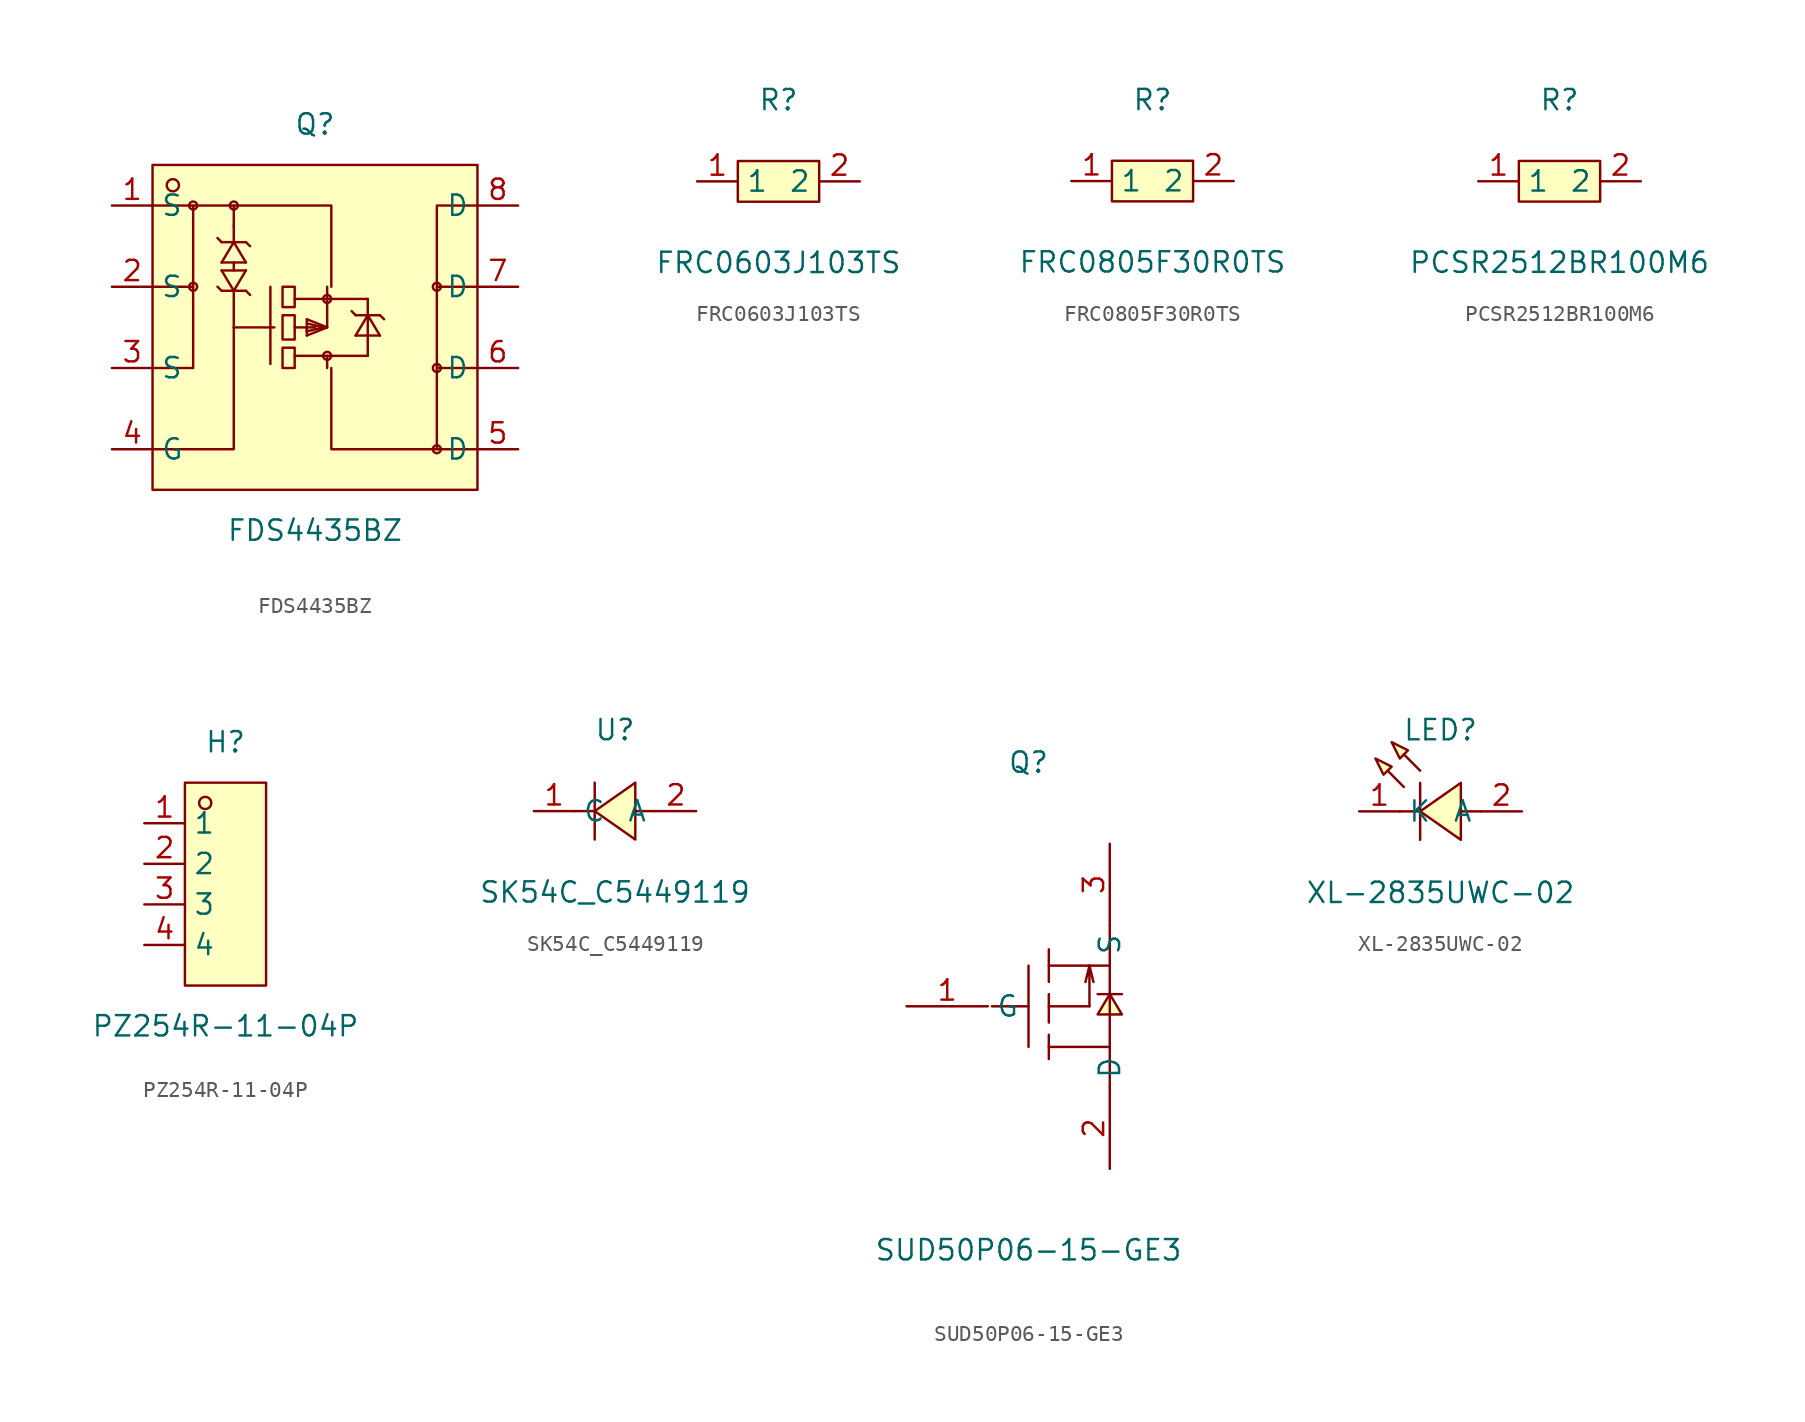
<source format=kicad_sym>
(kicad_symbol_lib
  (version 20241209)
  (generator "kicad_symbol_editor")
  (generator_version "9.0")
  (symbol "FDS4435BZ"
    (property "Reference" "Q"
      (at 0 12.7 0)
      (effects (font (size 1.27 1.27))))
    (property "Value" "FDS4435BZ"
      (at 0 -12.7 0)
      (effects (font (size 1.27 1.27))))
    (symbol "FDS4435BZ_0_1"
      (rectangle (start -10.16 10.16) (end 10.16 -10.16) (stroke (width 0) (type default)) (fill (type background)))
      (polyline (pts (xy -10.16 7.62) (xy -7.62 7.62) (xy -7.62 -2.54) (xy -10.16 -2.54)) (stroke (width 0) (type default)) (fill (type none)))
      (polyline (pts (xy -10.16 2.54) (xy -7.62 2.54)) (stroke (width 0) (type default)) (fill (type none)))
      (circle (center -8.89 8.89) (radius 0.38) (stroke (width 0) (type default)) (fill (type none)))
      (circle (center -7.62 7.62) (radius 0.25) (stroke (width 0) (type default)) (fill (type none)))
      (polyline (pts (xy -7.62 7.62) (xy 1.02 7.62) (xy 1.02 2.54)) (stroke (width 0) (type default)) (fill (type none)))
      (circle (center -7.62 2.54) (radius 0.25) (stroke (width 0) (type default)) (fill (type none)))
      (polyline (pts (xy -5.84 5.33) (xy -6.1 5.59)) (stroke (width 0) (type default)) (fill (type none)))
      (polyline (pts (xy -5.84 4.06) (xy -5.08 5.33)) (stroke (width 0) (type default)) (fill (type none)))
      (polyline (pts (xy -5.84 3.56) (xy -4.32 3.56)) (stroke (width 0) (type default)) (fill (type none)))
      (polyline (pts (xy -5.84 2.29) (xy -6.1 2.54)) (stroke (width 0) (type default)) (fill (type none)))
      (polyline (pts (xy -5.84 2.29) (xy -5.08 2.29)) (stroke (width 0) (type default)) (fill (type none)))
      (circle (center -5.08 7.62) (radius 0.25) (stroke (width 0) (type default)) (fill (type none)))
      (polyline (pts (xy -5.08 6.35) (xy -5.08 7.62)) (stroke (width 0) (type default)) (fill (type none)))
      (polyline (pts (xy -5.08 6.35) (xy -5.08 5.33)) (stroke (width 0) (type default)) (fill (type none)))
      (polyline (pts (xy -5.08 5.33) (xy -5.84 5.33)) (stroke (width 0) (type default)) (fill (type none)))
      (polyline (pts (xy -5.08 5.33) (xy -4.32 4.06)) (stroke (width 0) (type default)) (fill (type none)))
      (polyline (pts (xy -5.08 4.06) (xy -5.08 3.56)) (stroke (width 0) (type default)) (fill (type none)))
      (polyline (pts (xy -5.08 2.29) (xy -5.84 3.56)) (stroke (width 0) (type default)) (fill (type none)))
      (polyline (pts (xy -5.08 2.29) (xy -5.08 0)) (stroke (width 0) (type default)) (fill (type none)))
      (polyline (pts (xy -5.08 2.29) (xy -4.32 2.29)) (stroke (width 0) (type default)) (fill (type none)))
      (polyline (pts (xy -5.08 0) (xy -5.08 -7.62) (xy -10.16 -7.62)) (stroke (width 0) (type default)) (fill (type none)))
      (polyline (pts (xy -4.32 5.33) (xy -5.08 5.33)) (stroke (width 0) (type default)) (fill (type none)))
      (polyline (pts (xy -4.32 5.33) (xy -4.06 5.08)) (stroke (width 0) (type default)) (fill (type none)))
      (polyline (pts (xy -4.32 4.06) (xy -5.84 4.06)) (stroke (width 0) (type default)) (fill (type none)))
      (polyline (pts (xy -4.32 3.56) (xy -5.08 2.29)) (stroke (width 0) (type default)) (fill (type none)))
      (polyline (pts (xy -4.32 2.29) (xy -4.06 2.03)) (stroke (width 0) (type default)) (fill (type none)))
      (polyline (pts (xy -2.79 -2.29) (xy -2.79 2.54)) (stroke (width 0) (type default)) (fill (type none)))
      (polyline (pts (xy -2.54 0) (xy -5.08 0)) (stroke (width 0) (type default)) (fill (type none)))
      (rectangle (start -2.03 2.54) (end -1.27 1.27) (stroke (width 0) (type default)) (fill (type background)))
      (rectangle (start -2.03 0.76) (end -1.27 -0.76) (stroke (width 0) (type default)) (fill (type background)))
      (rectangle (start -2.03 -1.27) (end -1.27 -2.54) (stroke (width 0) (type default)) (fill (type background)))
      (polyline (pts (xy -1.27 1.78) (xy 0.76 1.78)) (stroke (width 0) (type default)) (fill (type none)))
      (polyline (pts (xy -0.51 0.51) (xy 0.76 0)) (stroke (width 0) (type default)) (fill (type none)))
      (polyline (pts (xy -0.51 0.25) (xy 0.51 0)) (stroke (width 0) (type default)) (fill (type none)))
      (polyline (pts (xy -0.51 0) (xy -1.27 0)) (stroke (width 0) (type default)) (fill (type none)))
      (polyline (pts (xy -0.51 0) (xy 0 0)) (stroke (width 0) (type default)) (fill (type none)))
      (polyline (pts (xy -0.51 -0.25) (xy -0.51 0)) (stroke (width 0) (type default)) (fill (type none)))
      (polyline (pts (xy -0.51 -0.51) (xy -0.51 0.51)) (stroke (width 0) (type default)) (fill (type none)))
      (polyline (pts (xy 0.51 0) (xy -0.51 -0.25)) (stroke (width 0) (type default)) (fill (type none)))
      (polyline (pts (xy 0.76 1.78) (xy 0.76 2.54)) (stroke (width 0) (type default)) (fill (type none)))
      (circle (center 0.76 1.78) (radius 0.25) (stroke (width 0) (type default)) (fill (type none)))
      (polyline (pts (xy 0.76 0) (xy -0.51 -0.51)) (stroke (width 0) (type default)) (fill (type none)))
      (polyline (pts (xy 0.76 0) (xy 0.76 1.78)) (stroke (width 0) (type default)) (fill (type none)))
      (polyline (pts (xy 0.76 -1.78) (xy -1.27 -1.78)) (stroke (width 0) (type default)) (fill (type none)))
      (polyline (pts (xy 0.76 -1.78) (xy 3.3 -1.78)) (stroke (width 0) (type default)) (fill (type none)))
      (circle (center 0.76 -1.78) (radius 0.25) (stroke (width 0) (type default)) (fill (type none)))
      (polyline (pts (xy 0.76 -2.54) (xy 0.76 -1.78)) (stroke (width 0) (type default)) (fill (type none)))
      (polyline (pts (xy 1.02 -2.54) (xy 1.02 -7.62) (xy 7.62 -7.62) (xy 7.62 7.62) (xy 10.16 7.62)) (stroke (width 0) (type default)) (fill (type none)))
      (polyline (pts (xy 2.54 0.76) (xy 2.29 1.02)) (stroke (width 0) (type default)) (fill (type none)))
      (polyline (pts (xy 2.54 -0.51) (xy 3.3 0.76)) (stroke (width 0) (type default)) (fill (type none)))
      (polyline (pts (xy 3.3 1.78) (xy 0.76 1.78)) (stroke (width 0) (type default)) (fill (type none)))
      (polyline (pts (xy 3.3 1.78) (xy 3.3 0.76)) (stroke (width 0) (type default)) (fill (type none)))
      (polyline (pts (xy 3.3 0.76) (xy 2.54 0.76)) (stroke (width 0) (type default)) (fill (type none)))
      (polyline (pts (xy 3.3 0.76) (xy 3.3 -1.78)) (stroke (width 0) (type default)) (fill (type none)))
      (polyline (pts (xy 3.3 0.76) (xy 4.06 -0.51)) (stroke (width 0) (type default)) (fill (type none)))
      (polyline (pts (xy 4.06 0.76) (xy 3.3 0.76)) (stroke (width 0) (type default)) (fill (type none)))
      (polyline (pts (xy 4.06 0.76) (xy 4.32 0.51)) (stroke (width 0) (type default)) (fill (type none)))
      (polyline (pts (xy 4.06 -0.51) (xy 2.54 -0.51)) (stroke (width 0) (type default)) (fill (type none)))
      (circle (center 7.62 2.54) (radius 0.25) (stroke (width 0) (type default)) (fill (type none)))
      (circle (center 7.62 -2.54) (radius 0.25) (stroke (width 0) (type default)) (fill (type none)))
      (circle (center 7.62 -7.62) (radius 0.25) (stroke (width 0) (type default)) (fill (type none)))
      (polyline (pts (xy 10.16 2.54) (xy 7.62 2.54)) (stroke (width 0) (type default)) (fill (type none)))
      (polyline (pts (xy 10.16 -2.54) (xy 7.62 -2.54)) (stroke (width 0) (type default)) (fill (type none)))
      (polyline (pts (xy 10.16 -7.62) (xy 7.62 -7.62)) (stroke (width 0) (type default)) (fill (type none)))
      (pin unspecified line (at -12.7 7.62 0) (length 2.54) (name "S" (effects (font (size 1.27 1.27)))) (number "1" (effects (font (size 1.27 1.27)))))
      (pin unspecified line (at -12.7 2.54 0) (length 2.54) (name "S" (effects (font (size 1.27 1.27)))) (number "2" (effects (font (size 1.27 1.27)))))
      (pin unspecified line (at -12.7 -2.54 0) (length 2.54) (name "S" (effects (font (size 1.27 1.27)))) (number "3" (effects (font (size 1.27 1.27)))))
      (pin unspecified line (at -12.7 -7.62 0) (length 2.54) (name "G" (effects (font (size 1.27 1.27)))) (number "4" (effects (font (size 1.27 1.27)))))
      (pin unspecified line (at 12.7 7.62 180) (length 2.54) (name "D" (effects (font (size 1.27 1.27)))) (number "8" (effects (font (size 1.27 1.27)))))
      (pin unspecified line (at 12.7 2.54 180) (length 2.54) (name "D" (effects (font (size 1.27 1.27)))) (number "7" (effects (font (size 1.27 1.27)))))
      (pin unspecified line (at 12.7 -2.54 180) (length 2.54) (name "D" (effects (font (size 1.27 1.27)))) (number "6" (effects (font (size 1.27 1.27)))))
      (pin unspecified line (at 12.7 -7.62 180) (length 2.54) (name "D" (effects (font (size 1.27 1.27)))) (number "5" (effects (font (size 1.27 1.27)))))))
  (symbol "FRC0603J103TS"
    (property "Reference" "R"
      (at 0 5.08 0)
      (effects (font (size 1.27 1.27))))
    (property "Value" "FRC0603J103TS"
      (at 0 -5.08 0)
      (effects (font (size 1.27 1.27))))
    (symbol "FRC0603J103TS_0_1"
      (rectangle (start -2.54 1.27) (end 2.54 -1.27) (stroke (width 0) (type default)) (fill (type background)))
      (pin unspecified line (at -5.08 0 0) (length 2.54) (name "1" (effects (font (size 1.27 1.27)))) (number "1" (effects (font (size 1.27 1.27)))))
      (pin unspecified line (at 5.08 0 180) (length 2.54) (name "2" (effects (font (size 1.27 1.27)))) (number "2" (effects (font (size 1.27 1.27)))))))
  (symbol "FRC0805F30R0TS"
    (property "Reference" "R"
      (at 0 5.08 0)
      (effects (font (size 1.27 1.27))))
    (property "Value" "FRC0805F30R0TS"
      (at 0 -5.08 0)
      (effects (font (size 1.27 1.27))))
    (symbol "FRC0805F30R0TS_0_1"
      (rectangle (start -2.54 1.27) (end 2.54 -1.27) (stroke (width 0) (type default)) (fill (type background)))
      (pin unspecified line (at -5.08 0 0) (length 2.54) (name "1" (effects (font (size 1.27 1.27)))) (number "1" (effects (font (size 1.27 1.27)))))
      (pin unspecified line (at 5.08 0 180) (length 2.54) (name "2" (effects (font (size 1.27 1.27)))) (number "2" (effects (font (size 1.27 1.27)))))))
  (symbol "PCSR2512BR100M6"
    (property "Reference" "R"
      (at 0 5.08 0)
      (effects (font (size 1.27 1.27))))
    (property "Value" "PCSR2512BR100M6"
      (at 0 -5.08 0)
      (effects (font (size 1.27 1.27))))
    (symbol "PCSR2512BR100M6_0_1"
      (rectangle (start -2.54 1.27) (end 2.54 -1.27) (stroke (width 0) (type default)) (fill (type background)))
      (pin unspecified line (at -5.08 0 0) (length 2.54) (name "1" (effects (font (size 1.27 1.27)))) (number "1" (effects (font (size 1.27 1.27)))))
      (pin unspecified line (at 5.08 0 180) (length 2.54) (name "2" (effects (font (size 1.27 1.27)))) (number "2" (effects (font (size 1.27 1.27)))))))
  (symbol "PZ254R-11-04P"
    (property "Reference" "H"
      (at 0 8.89 0)
      (effects (font (size 1.27 1.27))))
    (property "Value" "PZ254R-11-04P"
      (at 0 -8.89 0)
      (effects (font (size 1.27 1.27))))
    (symbol "PZ254R-11-04P_0_1"
      (rectangle (start -2.54 6.35) (end 2.54 -6.35) (stroke (width 0) (type default)) (fill (type background)))
      (circle (center -1.27 5.08) (radius 0.38) (stroke (width 0) (type default)) (fill (type none)))
      (pin unspecified line (at -5.08 3.81 0) (length 2.54) (name "1" (effects (font (size 1.27 1.27)))) (number "1" (effects (font (size 1.27 1.27)))))
      (pin unspecified line (at -5.08 1.27 0) (length 2.54) (name "2" (effects (font (size 1.27 1.27)))) (number "2" (effects (font (size 1.27 1.27)))))
      (pin unspecified line (at -5.08 -1.27 0) (length 2.54) (name "3" (effects (font (size 1.27 1.27)))) (number "3" (effects (font (size 1.27 1.27)))))
      (pin unspecified line (at -5.08 -3.81 0) (length 2.54) (name "4" (effects (font (size 1.27 1.27)))) (number "4" (effects (font (size 1.27 1.27)))))))
  (symbol "SK54C_C5449119"
    (property "Reference" "U"
      (at 0 5.08 0)
      (effects (font (size 1.27 1.27))))
    (property "Value" "SK54C_C5449119"
      (at 0 -5.08 0)
      (effects (font (size 1.27 1.27))))
    (symbol "SK54C_C5449119_0_1"
      (polyline (pts (xy -1.27 1.78) (xy -1.27 -1.78)) (stroke (width 0) (type default)) (fill (type none)))
      (polyline (pts (xy -1.27 0) (xy -2.54 0)) (stroke (width 0) (type default)) (fill (type none)))
      (polyline (pts (xy 1.27 1.78) (xy -1.27 0) (xy 1.27 -1.78) (xy 1.27 1.78)) (stroke (width 0) (type default)) (fill (type background)))
      (polyline (pts (xy 2.54 0) (xy 1.27 0)) (stroke (width 0) (type default)) (fill (type none)))
      (pin unspecified line (at -5.08 0 0) (length 2.54) (name "C" (effects (font (size 1.27 1.27)))) (number "1" (effects (font (size 1.27 1.27)))))
      (pin unspecified line (at 5.08 0 180) (length 2.54) (name "A" (effects (font (size 1.27 1.27)))) (number "2" (effects (font (size 1.27 1.27)))))))
  (symbol "SUD50P06-15-GE3"
    (property "Reference" "Q"
      (at 0 15.24 0)
      (effects (font (size 1.27 1.27))))
    (property "Value" "SUD50P06-15-GE3"
      (at 0 -15.24 0)
      (effects (font (size 1.27 1.27))))
    (symbol "SUD50P06-15-GE3_0_1"
      (polyline (pts (xy 0 2.54) (xy 0 -2.54)) (stroke (width 0) (type default)) (fill (type none)))
      (polyline (pts (xy 0 0) (xy -2.29 0)) (stroke (width 0) (type default)) (fill (type none)))
      (polyline (pts (xy 1.27 3.56) (xy 1.27 1.52)) (stroke (width 0) (type default)) (fill (type none)))
      (polyline (pts (xy 1.27 2.54) (xy 5.08 2.54)) (stroke (width 0) (type default)) (fill (type none)))
      (polyline (pts (xy 1.27 0.76) (xy 1.27 -1.02)) (stroke (width 0) (type default)) (fill (type none)))
      (polyline (pts (xy 1.27 -1.78) (xy 1.27 -3.3)) (stroke (width 0) (type default)) (fill (type none)))
      (polyline (pts (xy 1.27 -2.54) (xy 5.08 -2.54)) (stroke (width 0) (type default)) (fill (type none)))
      (polyline (pts (xy 3.81 2.54) (xy 4.06 1.52)) (stroke (width 0) (type default)) (fill (type none)))
      (polyline (pts (xy 3.81 0) (xy 1.27 0)) (stroke (width 0) (type default)) (fill (type none)))
      (polyline (pts (xy 3.81 0) (xy 3.81 2.54) (xy 3.56 1.52)) (stroke (width 0) (type default)) (fill (type none)))
      (polyline (pts (xy 5.08 5.08) (xy 5.08 -5.08)) (stroke (width 0) (type default)) (fill (type none)))
      (polyline (pts (xy 5.84 0.76) (xy 4.32 0.76)) (stroke (width 0) (type default)) (fill (type none)))
      (polyline (pts (xy 5.84 -0.51) (xy 4.32 -0.51) (xy 5.08 0.76) (xy 5.84 -0.51)) (stroke (width 0) (type default)) (fill (type background)))
      (pin unspecified line (at -7.62 0 0) (length 5.08) (name "G" (effects (font (size 1.27 1.27)))) (number "1" (effects (font (size 1.27 1.27)))))
      (pin unspecified line (at 5.08 10.16 270) (length 5.08) (name "S" (effects (font (size 1.27 1.27)))) (number "3" (effects (font (size 1.27 1.27)))))
      (pin unspecified line (at 5.08 -10.16 90) (length 5.08) (name "D" (effects (font (size 1.27 1.27)))) (number "2" (effects (font (size 1.27 1.27)))))))
  (symbol "XL-2835UWC-02"
    (property "Reference" "LED"
      (at 0 5.08 0)
      (effects (font (size 1.27 1.27))))
    (property "Value" "XL-2835UWC-02"
      (at 0 -5.08 0)
      (effects (font (size 1.27 1.27))))
    (symbol "XL-2835UWC-02_0_1"
      (polyline (pts (xy -4.06 3.3) (xy -3.05 2.79) (xy -3.56 2.29) (xy -4.06 3.3)) (stroke (width 0) (type default)) (fill (type background)))
      (polyline (pts (xy -3.05 4.32) (xy -2.03 3.81) (xy -2.54 3.3) (xy -3.05 4.32)) (stroke (width 0) (type default)) (fill (type background)))
      (polyline (pts (xy -2.29 1.52) (xy -3.3 2.54) (xy -2.29 1.52)) (stroke (width 0) (type default)) (fill (type background)))
      (polyline (pts (xy -1.27 2.54) (xy -2.29 3.56) (xy -1.27 2.54)) (stroke (width 0) (type default)) (fill (type background)))
      (polyline (pts (xy -1.27 1.78) (xy -1.27 -1.78)) (stroke (width 0) (type default)) (fill (type none)))
      (polyline (pts (xy -1.27 0) (xy -2.54 0)) (stroke (width 0) (type default)) (fill (type none)))
      (polyline (pts (xy 1.27 1.78) (xy -1.27 0) (xy 1.27 -1.78) (xy 1.27 1.78)) (stroke (width 0) (type default)) (fill (type background)))
      (polyline (pts (xy 2.54 0) (xy 1.27 0)) (stroke (width 0) (type default)) (fill (type none)))
      (pin unspecified line (at -5.08 0 0) (length 2.54) (name "K" (effects (font (size 1.27 1.27)))) (number "1" (effects (font (size 1.27 1.27)))))
      (pin unspecified line (at 5.08 0 180) (length 2.54) (name "A" (effects (font (size 1.27 1.27)))) (number "2" (effects (font (size 1.27 1.27))))))))
</source>
